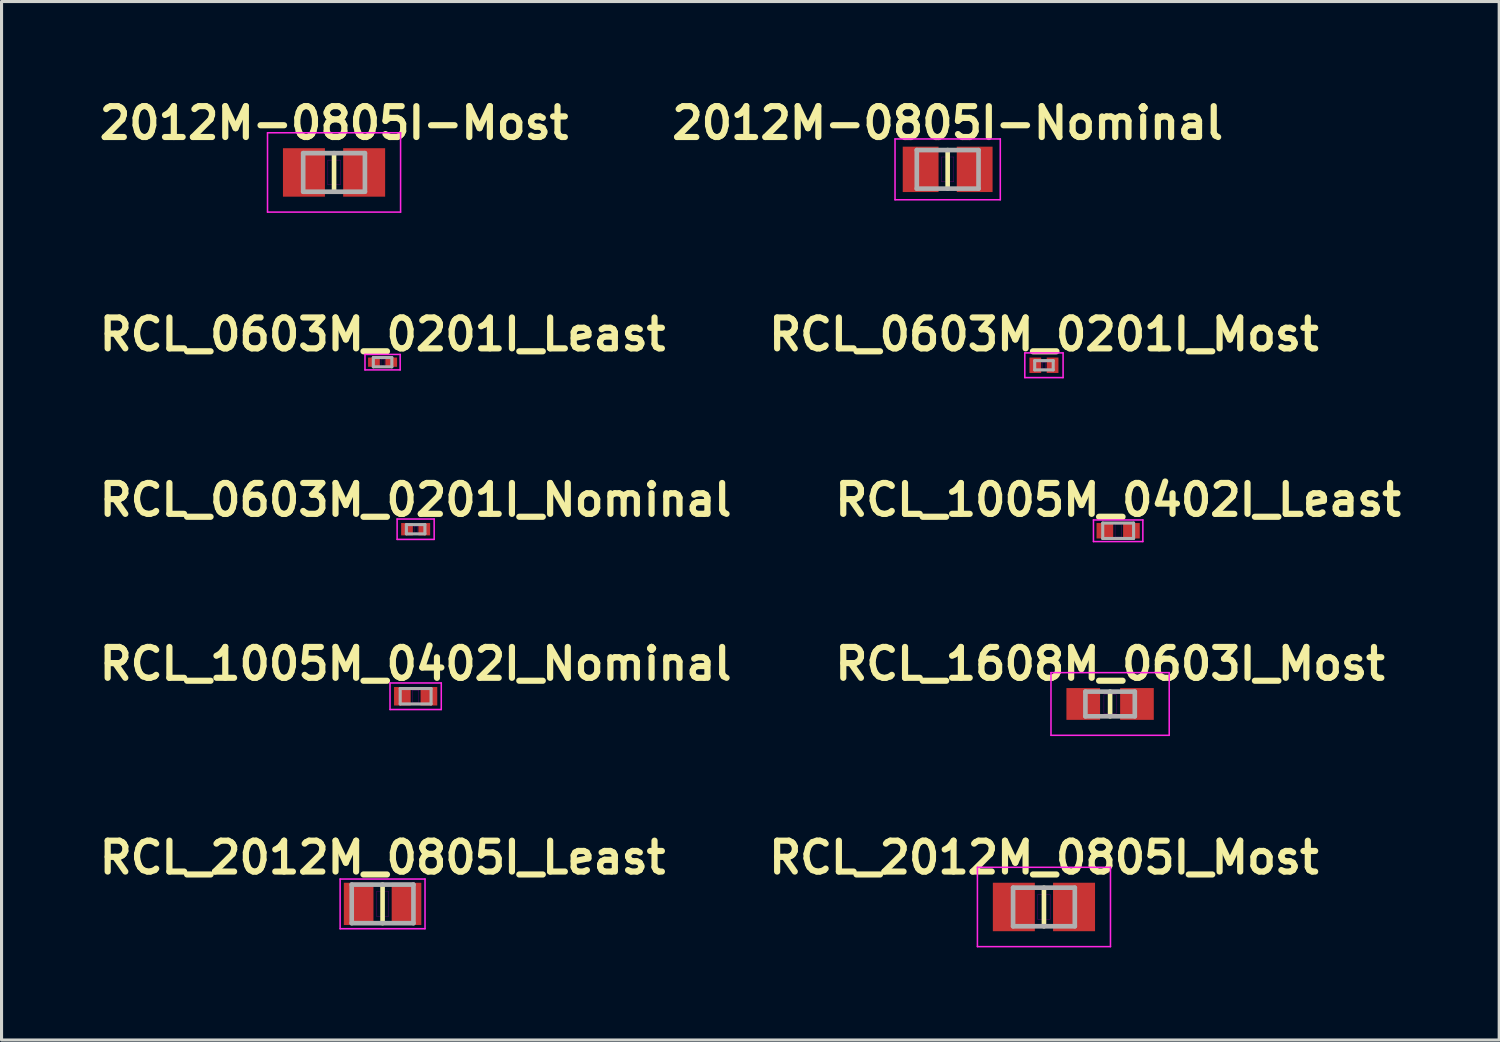
<source format=kicad_pcb>
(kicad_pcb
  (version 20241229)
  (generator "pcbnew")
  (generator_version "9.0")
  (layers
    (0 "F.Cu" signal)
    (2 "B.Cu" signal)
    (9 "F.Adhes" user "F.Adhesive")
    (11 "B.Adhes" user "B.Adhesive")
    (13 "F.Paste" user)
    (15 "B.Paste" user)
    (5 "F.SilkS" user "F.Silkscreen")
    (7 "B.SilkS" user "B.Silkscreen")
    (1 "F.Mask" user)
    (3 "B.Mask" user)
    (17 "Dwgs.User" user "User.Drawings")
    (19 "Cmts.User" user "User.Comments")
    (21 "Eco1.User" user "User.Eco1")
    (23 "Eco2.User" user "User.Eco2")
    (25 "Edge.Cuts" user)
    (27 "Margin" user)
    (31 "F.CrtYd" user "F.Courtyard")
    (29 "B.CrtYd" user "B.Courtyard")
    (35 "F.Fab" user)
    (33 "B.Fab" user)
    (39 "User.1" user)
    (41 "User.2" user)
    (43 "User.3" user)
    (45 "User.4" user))
  (footprint "RCL_1005M_0402I_Nominal"
    (layer "F.Cu")
    (at 10.414 19.504)
    (property "Reference" "RCL_1005M_0402I_Nominal" (at 0 -1.05 0) (layer "F.SilkS") (effects (font (size 1 1) (thickness 0.2))))
    (attr smd)
    (fp_line (start -0.1 -0.2) (end -0.1 0.2) (stroke (width 0.01) (type solid)) (layer "F.Adhes"))
    (fp_line (start -0.1 0.2) (end 0.1 0.2) (stroke (width 0.01) (type solid)) (layer "F.Adhes"))
    (fp_line (start 0.1 -0.2) (end -0.1 -0.2) (stroke (width 0.01) (type solid)) (layer "F.Adhes"))
    (fp_line (start 0.1 0.2) (end 0.1 -0.2) (stroke (width 0.01) (type solid)) (layer "F.Adhes"))
    (fp_line (start -0.83 -0.43) (end 0.83 -0.43) (stroke (width 0.05) (type solid)) (layer "F.CrtYd"))
    (fp_line (start -0.83 0.43) (end -0.83 -0.43) (stroke (width 0.05) (type solid)) (layer "F.CrtYd"))
    (fp_line (start 0.83 -0.43) (end 0.83 0.43) (stroke (width 0.05) (type solid)) (layer "F.CrtYd"))
    (fp_line (start 0.83 0.43) (end -0.83 0.43) (stroke (width 0.05) (type solid)) (layer "F.CrtYd"))
    (fp_line (start -0.5 -0.25) (end -0.5 0.25) (stroke (width 0.1) (type solid)) (layer "F.Fab"))
    (fp_line (start -0.5 0.25) (end 0.5 0.25) (stroke (width 0.1) (type solid)) (layer "F.Fab"))
    (fp_line (start 0.5 -0.25) (end -0.5 -0.25) (stroke (width 0.1) (type solid)) (layer "F.Fab"))
    (fp_line (start 0.5 0.25) (end 0.5 -0.25) (stroke (width 0.1) (type solid)) (layer "F.Fab"))
    (pad "1" smd rect (at -0.43 0) (size 0.54 0.6) (layers "F.Cu" "F.Mask" "F.Paste"))
    (pad "2" smd rect (at 0.43 0) (size 0.54 0.6) (layers "F.Cu" "F.Mask" "F.Paste")))
  (footprint "RCL_1608M_0603I_Most"
    (layer "F.Cu")
    (at 32.91 19.754)
    (property "Reference" "RCL_1608M_0603I_Most" (at 0 -1.3 0) (layer "F.SilkS") (effects (font (size 1 1) (thickness 0.2))))
    (attr smd)
    (fp_line (start 0 -0.4) (end 0 0.4) (stroke (width 0.15) (type solid)) (layer "F.SilkS"))
    (fp_line (start -0.2 -0.3) (end -0.2 0.3) (stroke (width 0.01) (type solid)) (layer "F.Adhes"))
    (fp_line (start -0.2 0.3) (end 0.2 0.3) (stroke (width 0.01) (type solid)) (layer "F.Adhes"))
    (fp_line (start 0.2 -0.3) (end -0.2 -0.3) (stroke (width 0.01) (type solid)) (layer "F.Adhes"))
    (fp_line (start 0.2 0.3) (end 0.2 -0.3) (stroke (width 0.01) (type solid)) (layer "F.Adhes"))
    (fp_line (start -1.915 -1.015) (end 1.915 -1.015) (stroke (width 0.05) (type solid)) (layer "F.CrtYd"))
    (fp_line (start -1.915 1.015) (end -1.915 -1.015) (stroke (width 0.05) (type solid)) (layer "F.CrtYd"))
    (fp_line (start 1.915 -1.015) (end 1.915 1.015) (stroke (width 0.05) (type solid)) (layer "F.CrtYd"))
    (fp_line (start 1.915 1.015) (end -1.915 1.015) (stroke (width 0.05) (type solid)) (layer "F.CrtYd"))
    (fp_line (start -0.8 -0.4) (end -0.8 0.4) (stroke (width 0.15) (type solid)) (layer "F.Fab"))
    (fp_line (start -0.8 0.4) (end 0.8 0.4) (stroke (width 0.15) (type solid)) (layer "F.Fab"))
    (fp_line (start 0.8 -0.4) (end -0.8 -0.4) (stroke (width 0.15) (type solid)) (layer "F.Fab"))
    (fp_line (start 0.8 0.4) (end 0.8 -0.4) (stroke (width 0.15) (type solid)) (layer "F.Fab"))
    (pad "1" smd rect (at -0.87 0) (size 1.09 1.03) (layers "F.Cu" "F.Mask" "F.Paste"))
    (pad "2" smd rect (at 0.87 0) (size 1.09 1.03) (layers "F.Cu" "F.Mask" "F.Paste")))
  (footprint "RCL_2012M_0805I_Least"
    (layer "F.Cu")
    (at 9.343 26.23)
    (property "Reference" "RCL_2012M_0805I_Least" (at 0 -1.5 0) (layer "F.SilkS") (effects (font (size 1 1) (thickness 0.2))))
    (attr smd)
    (fp_line (start 0 -0.625) (end 0 0.625) (stroke (width 0.15) (type solid)) (layer "F.SilkS"))
    (fp_line (start -0.2 -0.4) (end -0.2 0.4) (stroke (width 0.01) (type solid)) (layer "F.Adhes"))
    (fp_line (start -0.2 0.4) (end 0.2 0.4) (stroke (width 0.01) (type solid)) (layer "F.Adhes"))
    (fp_line (start 0.2 -0.4) (end -0.2 -0.4) (stroke (width 0.01) (type solid)) (layer "F.Adhes"))
    (fp_line (start 0.2 0.4) (end 0.2 -0.4) (stroke (width 0.01) (type solid)) (layer "F.Adhes"))
    (fp_line (start -1.375 -0.805) (end 1.375 -0.805) (stroke (width 0.05) (type solid)) (layer "F.CrtYd"))
    (fp_line (start -1.375 0.805) (end -1.375 -0.805) (stroke (width 0.05) (type solid)) (layer "F.CrtYd"))
    (fp_line (start 1.375 -0.805) (end 1.375 0.805) (stroke (width 0.05) (type solid)) (layer "F.CrtYd"))
    (fp_line (start 1.375 0.805) (end -1.375 0.805) (stroke (width 0.05) (type solid)) (layer "F.CrtYd"))
    (fp_line (start -1 -0.625) (end -1 0.625) (stroke (width 0.15) (type solid)) (layer "F.Fab"))
    (fp_line (start -1 0.625) (end 1 0.625) (stroke (width 0.15) (type solid)) (layer "F.Fab"))
    (fp_line (start 1 -0.625) (end -1 -0.625) (stroke (width 0.15) (type solid)) (layer "F.Fab"))
    (fp_line (start 1 0.625) (end 1 -0.625) (stroke (width 0.15) (type solid)) (layer "F.Fab"))
    (pad "1" smd rect (at -0.775 0) (size 0.96 1.37) (layers "F.Cu" "F.Mask" "F.Paste"))
    (pad "2" smd rect (at 0.775 0) (size 0.96 1.37) (layers "F.Cu" "F.Mask" "F.Paste")))
  (footprint "2012M-0805I-Nominal"
    (layer "F.Cu")
    (at 27.648 2.436)
    (property "Reference" "2012M-0805I-Nominal" (at 0 -1.5 0) (layer "F.SilkS") (effects (font (size 1 1) (thickness 0.2))))
    (attr smd)
    (fp_line (start 0 -0.625) (end 0 0.625) (stroke (width 0.15) (type solid)) (layer "F.SilkS"))
    (fp_line (start -0.2 -0.4) (end -0.2 0.4) (stroke (width 0.01) (type solid)) (layer "F.Adhes"))
    (fp_line (start -0.2 0.4) (end 0.2 0.4) (stroke (width 0.01) (type solid)) (layer "F.Adhes"))
    (fp_line (start 0.2 -0.4) (end -0.2 -0.4) (stroke (width 0.01) (type solid)) (layer "F.Adhes"))
    (fp_line (start 0.2 0.4) (end 0.2 -0.4) (stroke (width 0.01) (type solid)) (layer "F.Adhes"))
    (fp_line (start -1.705 -0.985) (end 1.705 -0.985) (stroke (width 0.05) (type solid)) (layer "F.CrtYd"))
    (fp_line (start -1.705 0.985) (end -1.705 -0.985) (stroke (width 0.05) (type solid)) (layer "F.CrtYd"))
    (fp_line (start 1.705 -0.985) (end 1.705 0.985) (stroke (width 0.05) (type solid)) (layer "F.CrtYd"))
    (fp_line (start 1.705 0.985) (end -1.705 0.985) (stroke (width 0.05) (type solid)) (layer "F.CrtYd"))
    (fp_line (start -1 -0.625) (end -1 0.625) (stroke (width 0.15) (type solid)) (layer "F.Fab"))
    (fp_line (start -1 0.625) (end 1 0.625) (stroke (width 0.15) (type solid)) (layer "F.Fab"))
    (fp_line (start 1 -0.625) (end -1 -0.625) (stroke (width 0.15) (type solid)) (layer "F.Fab"))
    (fp_line (start 1 0.625) (end 1 -0.625) (stroke (width 0.15) (type solid)) (layer "F.Fab"))
    (pad "1" smd rect (at -0.875 0) (size 1.16 1.47) (layers "F.Cu" "F.Mask" "F.Paste"))
    (pad "2" smd rect (at 0.875 0) (size 1.16 1.47) (layers "F.Cu" "F.Mask" "F.Paste")))
  (footprint "RCL_1005M_0402I_Least"
    (layer "F.Cu")
    (at 33.171 14.143)
    (property "Reference" "RCL_1005M_0402I_Least" (at 0 -1 0) (layer "F.SilkS") (effects (font (size 1 1) (thickness 0.2))))
    (attr smd)
    (fp_line (start -0.1 -0.2) (end -0.1 0.2) (stroke (width 0.01) (type solid)) (layer "F.Adhes"))
    (fp_line (start -0.1 0.2) (end 0.1 0.2) (stroke (width 0.01) (type solid)) (layer "F.Adhes"))
    (fp_line (start 0.1 -0.2) (end -0.1 -0.2) (stroke (width 0.01) (type solid)) (layer "F.Adhes"))
    (fp_line (start 0.1 0.2) (end 0.1 -0.2) (stroke (width 0.01) (type solid)) (layer "F.Adhes"))
    (fp_line (start -0.8 -0.35) (end 0.8 -0.35) (stroke (width 0.05) (type solid)) (layer "F.CrtYd"))
    (fp_line (start -0.8 0.35) (end -0.8 -0.35) (stroke (width 0.05) (type solid)) (layer "F.CrtYd"))
    (fp_line (start 0.8 -0.35) (end 0.8 0.35) (stroke (width 0.05) (type solid)) (layer "F.CrtYd"))
    (fp_line (start 0.8 0.35) (end -0.8 0.35) (stroke (width 0.05) (type solid)) (layer "F.CrtYd"))
    (fp_line (start -0.5 -0.25) (end -0.5 0.25) (stroke (width 0.1) (type solid)) (layer "F.Fab"))
    (fp_line (start -0.5 0.25) (end 0.5 0.25) (stroke (width 0.1) (type solid)) (layer "F.Fab"))
    (fp_line (start 0.5 -0.25) (end -0.5 -0.25) (stroke (width 0.1) (type solid)) (layer "F.Fab"))
    (fp_line (start 0.5 0.25) (end 0.5 -0.25) (stroke (width 0.1) (type solid)) (layer "F.Fab"))
    (pad "1" smd rect (at -0.43 0) (size 0.54 0.5) (layers "F.Cu" "F.Mask" "F.Paste"))
    (pad "2" smd rect (at 0.43 0) (size 0.54 0.5) (layers "F.Cu" "F.Mask" "F.Paste")))
  (footprint "RCL_0603M_0201I_Most"
    (layer "F.Cu")
    (at 30.767 8.782)
    (property "Reference" "RCL_0603M_0201I_Most" (at 0 -1 0) (layer "F.SilkS") (effects (font (size 1 1) (thickness 0.2))))
    (attr smd)
    (fp_line (start -0.05 -0.1) (end -0.05 0.1) (stroke (width 0.01) (type solid)) (layer "F.Adhes"))
    (fp_line (start -0.05 0.1) (end 0.05 0.1) (stroke (width 0.01) (type solid)) (layer "F.Adhes"))
    (fp_line (start 0.05 -0.1) (end -0.05 -0.1) (stroke (width 0.01) (type solid)) (layer "F.Adhes"))
    (fp_line (start 0.05 0.1) (end 0.05 -0.1) (stroke (width 0.01) (type solid)) (layer "F.Adhes"))
    (fp_line (start -0.62 -0.4) (end 0.62 -0.4) (stroke (width 0.05) (type solid)) (layer "F.CrtYd"))
    (fp_line (start -0.62 0.4) (end -0.62 -0.4) (stroke (width 0.05) (type solid)) (layer "F.CrtYd"))
    (fp_line (start 0.62 -0.4) (end 0.62 0.4) (stroke (width 0.05) (type solid)) (layer "F.CrtYd"))
    (fp_line (start 0.62 0.4) (end -0.62 0.4) (stroke (width 0.05) (type solid)) (layer "F.CrtYd"))
    (fp_line (start -0.3 -0.15) (end -0.3 0.15) (stroke (width 0.1) (type solid)) (layer "F.Fab"))
    (fp_line (start -0.3 0.15) (end 0.3 0.15) (stroke (width 0.1) (type solid)) (layer "F.Fab"))
    (fp_line (start 0.3 -0.15) (end -0.3 -0.15) (stroke (width 0.1) (type solid)) (layer "F.Fab"))
    (fp_line (start 0.3 0.15) (end 0.3 -0.15) (stroke (width 0.1) (type solid)) (layer "F.Fab"))
    (pad "1" smd rect (at -0.28 0) (size 0.38 0.5) (layers "F.Cu" "F.Mask" "F.Paste"))
    (pad "2" smd rect (at 0.28 0) (size 0.38 0.5) (layers "F.Cu" "F.Mask" "F.Paste")))
  (footprint "RCL_0603M_0201I_Least"
    (layer "F.Cu")
    (at 9.343 8.682)
    (property "Reference" "RCL_0603M_0201I_Least" (at 0 -0.9 0) (layer "F.SilkS") (effects (font (size 1 1) (thickness 0.2))))
    (attr smd)
    (fp_line (start -0.05 -0.1) (end -0.05 0.1) (stroke (width 0.01) (type solid)) (layer "F.Adhes"))
    (fp_line (start -0.05 0.1) (end 0.05 0.1) (stroke (width 0.01) (type solid)) (layer "F.Adhes"))
    (fp_line (start 0.05 -0.1) (end -0.05 -0.1) (stroke (width 0.01) (type solid)) (layer "F.Adhes"))
    (fp_line (start 0.05 0.1) (end 0.05 -0.1) (stroke (width 0.01) (type solid)) (layer "F.Adhes"))
    (fp_line (start -0.57 -0.25) (end 0.57 -0.25) (stroke (width 0.05) (type solid)) (layer "F.CrtYd"))
    (fp_line (start -0.57 0.25) (end -0.57 -0.25) (stroke (width 0.05) (type solid)) (layer "F.CrtYd"))
    (fp_line (start 0.57 -0.25) (end 0.57 0.25) (stroke (width 0.05) (type solid)) (layer "F.CrtYd"))
    (fp_line (start 0.57 0.25) (end -0.57 0.25) (stroke (width 0.05) (type solid)) (layer "F.CrtYd"))
    (fp_line (start -0.3 -0.15) (end -0.3 0.15) (stroke (width 0.1) (type solid)) (layer "F.Fab"))
    (fp_line (start -0.3 0.15) (end 0.3 0.15) (stroke (width 0.1) (type solid)) (layer "F.Fab"))
    (fp_line (start 0.3 -0.15) (end -0.3 -0.15) (stroke (width 0.1) (type solid)) (layer "F.Fab"))
    (fp_line (start 0.3 0.15) (end 0.3 -0.15) (stroke (width 0.1) (type solid)) (layer "F.Fab"))
    (pad "1" smd rect (at -0.28 0) (size 0.38 0.3) (layers "F.Cu" "F.Mask" "F.Paste"))
    (pad "2" smd rect (at 0.28 0) (size 0.38 0.3) (layers "F.Cu" "F.Mask" "F.Paste")))
  (footprint "RCL_0603M_0201I_Nominal"
    (layer "F.Cu")
    (at 10.414 14.093)
    (property "Reference" "RCL_0603M_0201I_Nominal" (at 0 -0.95 0) (layer "F.SilkS") (effects (font (size 1 1) (thickness 0.2))))
    (attr smd)
    (fp_line (start -0.05 -0.1) (end -0.05 0.1) (stroke (width 0.01) (type solid)) (layer "F.Adhes"))
    (fp_line (start -0.05 0.1) (end 0.05 0.1) (stroke (width 0.01) (type solid)) (layer "F.Adhes"))
    (fp_line (start 0.05 -0.1) (end -0.05 -0.1) (stroke (width 0.01) (type solid)) (layer "F.Adhes"))
    (fp_line (start 0.05 0.1) (end 0.05 -0.1) (stroke (width 0.01) (type solid)) (layer "F.Adhes"))
    (fp_line (start -0.6 -0.33) (end 0.6 -0.33) (stroke (width 0.05) (type solid)) (layer "F.CrtYd"))
    (fp_line (start -0.6 0.33) (end -0.6 -0.33) (stroke (width 0.05) (type solid)) (layer "F.CrtYd"))
    (fp_line (start 0.6 -0.33) (end 0.6 0.33) (stroke (width 0.05) (type solid)) (layer "F.CrtYd"))
    (fp_line (start 0.6 0.33) (end -0.6 0.33) (stroke (width 0.05) (type solid)) (layer "F.CrtYd"))
    (fp_line (start -0.3 -0.15) (end -0.3 0.15) (stroke (width 0.1) (type solid)) (layer "F.Fab"))
    (fp_line (start -0.3 0.15) (end 0.3 0.15) (stroke (width 0.1) (type solid)) (layer "F.Fab"))
    (fp_line (start 0.3 -0.15) (end -0.3 -0.15) (stroke (width 0.1) (type solid)) (layer "F.Fab"))
    (fp_line (start 0.3 0.15) (end 0.3 -0.15) (stroke (width 0.1) (type solid)) (layer "F.Fab"))
    (pad "1" smd rect (at -0.28 0) (size 0.38 0.4) (layers "F.Cu" "F.Mask" "F.Paste"))
    (pad "2" smd rect (at 0.28 0) (size 0.38 0.4) (layers "F.Cu" "F.Mask" "F.Paste")))
  (footprint "2012M-0805I-Most"
    (layer "F.Cu")
    (at 7.771 2.536)
    (property "Reference" "2012M-0805I-Most" (at 0 -1.6 0) (layer "F.SilkS") (effects (font (size 1 1) (thickness 0.2))))
    (attr smd)
    (fp_line (start 0 -0.625) (end 0 0.625) (stroke (width 0.15) (type solid)) (layer "F.SilkS"))
    (fp_line (start -0.2 -0.4) (end -0.2 0.4) (stroke (width 0.01) (type solid)) (layer "F.Adhes"))
    (fp_line (start -0.2 0.4) (end 0.2 0.4) (stroke (width 0.01) (type solid)) (layer "F.Adhes"))
    (fp_line (start 0.2 -0.4) (end -0.2 -0.4) (stroke (width 0.01) (type solid)) (layer "F.Adhes"))
    (fp_line (start 0.2 0.4) (end 0.2 -0.4) (stroke (width 0.01) (type solid)) (layer "F.Adhes"))
    (fp_line (start -2.155 -1.285) (end 2.155 -1.285) (stroke (width 0.05) (type solid)) (layer "F.CrtYd"))
    (fp_line (start -2.155 1.285) (end -2.155 -1.285) (stroke (width 0.05) (type solid)) (layer "F.CrtYd"))
    (fp_line (start 2.155 -1.285) (end 2.155 1.285) (stroke (width 0.05) (type solid)) (layer "F.CrtYd"))
    (fp_line (start 2.155 1.285) (end -2.155 1.285) (stroke (width 0.05) (type solid)) (layer "F.CrtYd"))
    (fp_line (start -1 -0.625) (end -1 0.625) (stroke (width 0.15) (type solid)) (layer "F.Fab"))
    (fp_line (start -1 0.625) (end 1 0.625) (stroke (width 0.15) (type solid)) (layer "F.Fab"))
    (fp_line (start 1 -0.625) (end -1 -0.625) (stroke (width 0.15) (type solid)) (layer "F.Fab"))
    (fp_line (start 1 0.625) (end 1 -0.625) (stroke (width 0.15) (type solid)) (layer "F.Fab"))
    (pad "1" smd rect (at -0.975 0) (size 1.36 1.57) (layers "F.Cu" "F.Mask" "F.Paste"))
    (pad "2" smd rect (at 0.975 0) (size 1.36 1.57) (layers "F.Cu" "F.Mask" "F.Paste")))
  (footprint "RCL_2012M_0805I_Most"
    (layer "F.Cu")
    (at 30.767 26.33)
    (property "Reference" "RCL_2012M_0805I_Most" (at 0 -1.6 0) (layer "F.SilkS") (effects (font (size 1 1) (thickness 0.2))))
    (attr smd)
    (fp_line (start 0 -0.625) (end 0 0.625) (stroke (width 0.15) (type solid)) (layer "F.SilkS"))
    (fp_line (start -0.2 -0.4) (end -0.2 0.4) (stroke (width 0.01) (type solid)) (layer "F.Adhes"))
    (fp_line (start -0.2 0.4) (end 0.2 0.4) (stroke (width 0.01) (type solid)) (layer "F.Adhes"))
    (fp_line (start 0.2 -0.4) (end -0.2 -0.4) (stroke (width 0.01) (type solid)) (layer "F.Adhes"))
    (fp_line (start 0.2 0.4) (end 0.2 -0.4) (stroke (width 0.01) (type solid)) (layer "F.Adhes"))
    (fp_line (start -2.155 -1.285) (end 2.155 -1.285) (stroke (width 0.05) (type solid)) (layer "F.CrtYd"))
    (fp_line (start -2.155 1.285) (end -2.155 -1.285) (stroke (width 0.05) (type solid)) (layer "F.CrtYd"))
    (fp_line (start 2.155 -1.285) (end 2.155 1.285) (stroke (width 0.05) (type solid)) (layer "F.CrtYd"))
    (fp_line (start 2.155 1.285) (end -2.155 1.285) (stroke (width 0.05) (type solid)) (layer "F.CrtYd"))
    (fp_line (start -1 -0.625) (end -1 0.625) (stroke (width 0.15) (type solid)) (layer "F.Fab"))
    (fp_line (start -1 0.625) (end 1 0.625) (stroke (width 0.15) (type solid)) (layer "F.Fab"))
    (fp_line (start 1 -0.625) (end -1 -0.625) (stroke (width 0.15) (type solid)) (layer "F.Fab"))
    (fp_line (start 1 0.625) (end 1 -0.625) (stroke (width 0.15) (type solid)) (layer "F.Fab"))
    (pad "1" smd rect (at -0.975 0) (size 1.36 1.57) (layers "F.Cu" "F.Mask" "F.Paste"))
    (pad "2" smd rect (at 0.975 0) (size 1.36 1.57) (layers "F.Cu" "F.Mask" "F.Paste")))
  (gr_rect
    (start -3 -3)
    (end 45.514 30.64)
    (stroke (width 0.1) (type default))
    (fill no)
    (layer "Edge.Cuts")))
</source>
